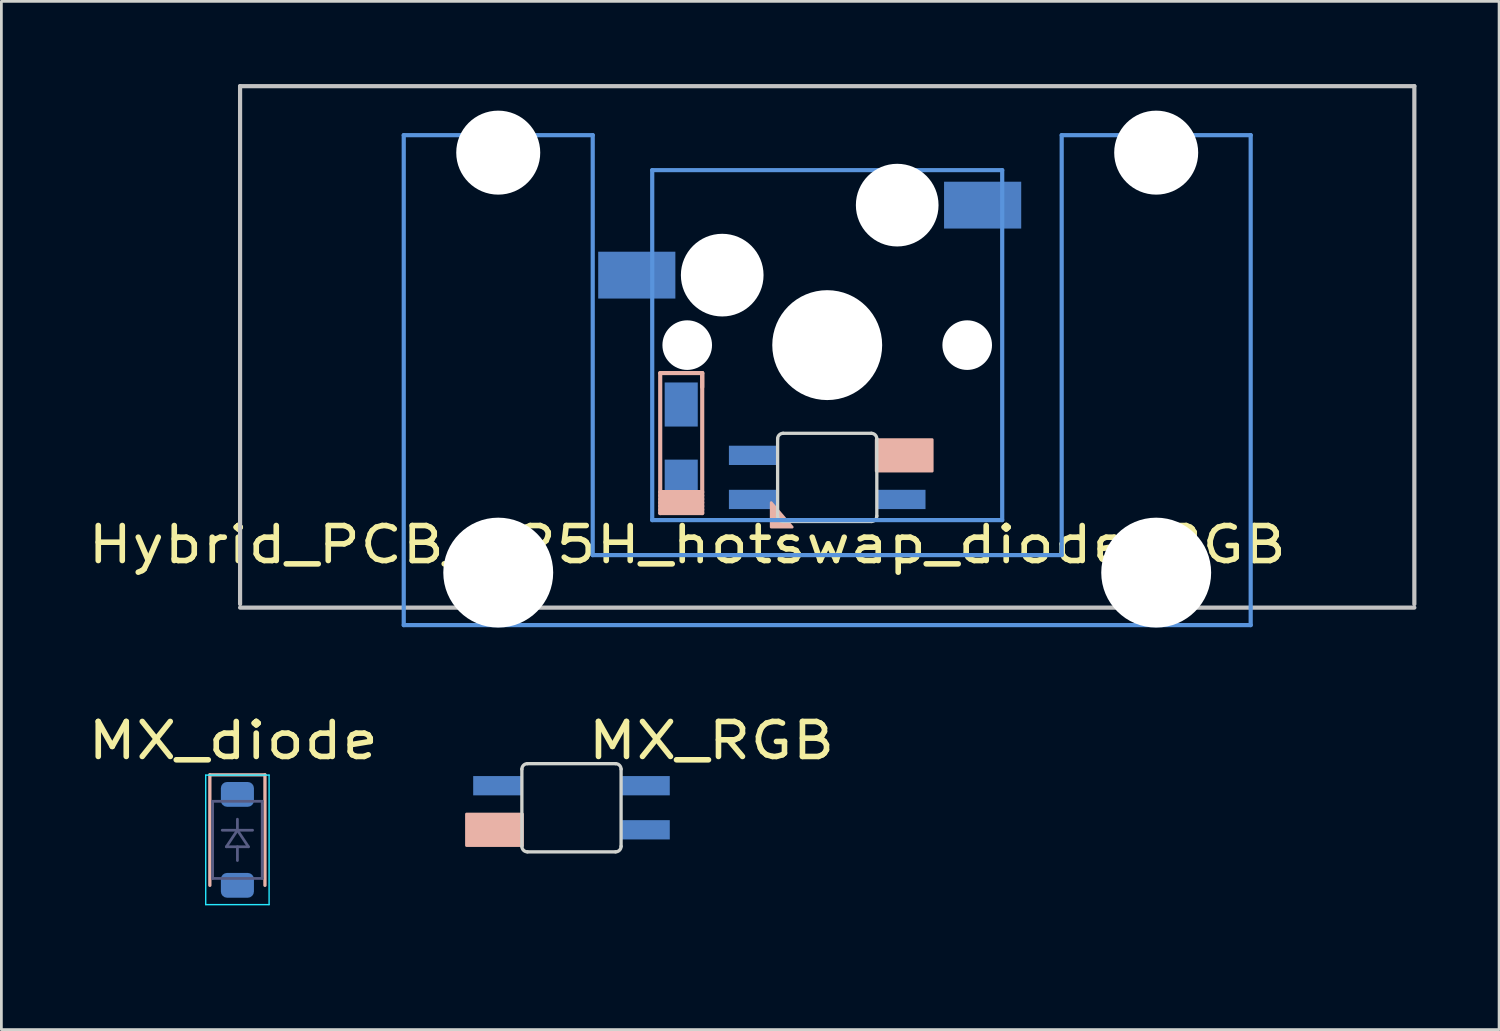
<source format=kicad_pcb>
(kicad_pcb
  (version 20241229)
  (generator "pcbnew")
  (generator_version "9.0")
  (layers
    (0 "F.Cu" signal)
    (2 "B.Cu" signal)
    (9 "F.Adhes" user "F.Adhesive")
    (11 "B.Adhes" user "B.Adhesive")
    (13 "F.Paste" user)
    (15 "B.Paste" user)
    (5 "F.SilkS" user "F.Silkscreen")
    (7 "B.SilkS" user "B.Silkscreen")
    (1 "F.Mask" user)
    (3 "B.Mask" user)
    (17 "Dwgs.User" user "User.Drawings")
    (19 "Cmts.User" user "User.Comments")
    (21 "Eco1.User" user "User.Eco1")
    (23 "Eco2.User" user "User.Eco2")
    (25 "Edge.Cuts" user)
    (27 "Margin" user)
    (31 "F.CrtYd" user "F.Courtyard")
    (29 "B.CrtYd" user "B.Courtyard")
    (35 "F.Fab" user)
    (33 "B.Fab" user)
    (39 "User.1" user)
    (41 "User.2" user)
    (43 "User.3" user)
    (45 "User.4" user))
  (footprint "MX_RGB"
    (layer "F.Cu")
    (at 17.688 31.062)
    (property "Reference" "MX_RGB" (at 5.08 -7.239 180) (layer "F.SilkS") (effects (font (size 1.27 1.524) (thickness 0.203))))
    (attr smd)
    (fp_poly (pts (xy -1.778 -4.572) (xy -3.81 -4.572) (xy -3.81 -3.429) (xy -1.778 -3.429)) (stroke (width 0.1) (type solid)) (fill yes) (layer "B.SilkS"))
    (fp_line (start -1.8 -3.4) (end -1.8 -6.2) (stroke (width 0.12) (type solid)) (layer "Edge.Cuts"))
    (fp_line (start 1.6 -6.4) (end -1.6 -6.4) (stroke (width 0.12) (type solid)) (layer "Edge.Cuts"))
    (fp_line (start 1.6 -3.2) (end -1.6 -3.2) (stroke (width 0.12) (type solid)) (layer "Edge.Cuts"))
    (fp_line (start 1.8 -3.4) (end 1.8 -6.2) (stroke (width 0.12) (type solid)) (layer "Edge.Cuts"))
    (fp_arc (start -1.8 -6.2) (mid -1.741421 -6.341421) (end -1.6 -6.4) (stroke (width 0.12) (type solid)) (layer "Edge.Cuts"))
    (fp_arc (start -1.6 -3.2) (mid -1.741421 -3.258579) (end -1.8 -3.4) (stroke (width 0.12) (type solid)) (layer "Edge.Cuts"))
    (fp_arc (start 1.6 -6.4) (mid 1.741421 -6.341421) (end 1.8 -6.2) (stroke (width 0.12) (type solid)) (layer "Edge.Cuts"))
    (fp_arc (start 1.8 -3.4) (mid 1.741421 -3.258579) (end 1.6 -3.2) (stroke (width 0.12) (type solid)) (layer "Edge.Cuts"))
    (pad "1" smd rect (at -2.667 -4 180) (size 1.8 0.7) (layers "B.Cu" "B.Mask" "B.Paste"))
    (pad "2" smd rect (at 2.667 -4 180) (size 1.8 0.7) (layers "B.Cu" "B.Mask" "B.Paste"))
    (pad "3" smd rect (at 2.667 -5.6 180) (size 1.8 0.7) (layers "B.Cu" "B.Mask" "B.Paste"))
    (pad "4" smd rect (at -2.667 -5.6 180) (size 1.8 0.7) (layers "B.Cu" "B.Mask" "B.Paste")))
  (footprint "MX_diode"
    (layer "F.Cu")
    (at 0.334 31.062)
    (property "Reference" "MX_diode" (at 5.08 -7.239 180) (layer "F.SilkS") (effects (font (size 1.27 1.524) (thickness 0.203))))
    (attr smd)
    (fp_line (start 4.231 -1.985) (end 4.231 -5.995) (stroke (width 0.12) (type solid)) (layer "B.SilkS"))
    (fp_line (start 6.231 -5.995) (end 4.231 -5.995) (stroke (width 0.12) (type solid)) (layer "B.SilkS"))
    (fp_line (start 6.231 -1.985) (end 6.231 -5.995) (stroke (width 0.12) (type solid)) (layer "B.SilkS"))
    (fp_line (start 4.081 -1.285) (end 4.081 -5.985) (stroke (width 0.05) (type solid)) (layer "B.CrtYd"))
    (fp_line (start 6.381 -5.985) (end 4.081 -5.985) (stroke (width 0.05) (type solid)) (layer "B.CrtYd"))
    (fp_line (start 6.381 -5.985) (end 6.381 -1.285) (stroke (width 0.05) (type solid)) (layer "B.CrtYd"))
    (fp_line (start 6.381 -1.285) (end 4.081 -1.285) (stroke (width 0.05) (type solid)) (layer "B.CrtYd"))
    (fp_line (start 4.331 -5.035) (end 6.131 -5.035) (stroke (width 0.1) (type solid)) (layer "B.Fab"))
    (fp_line (start 4.331 -2.235) (end 4.331 -5.035) (stroke (width 0.1) (type solid)) (layer "B.Fab"))
    (fp_line (start 4.681 -3.985) (end 5.231 -3.985) (stroke (width 0.1) (type solid)) (layer "B.Fab"))
    (fp_line (start 4.831 -3.385) (end 5.231 -3.985) (stroke (width 0.1) (type solid)) (layer "B.Fab"))
    (fp_line (start 5.231 -3.985) (end 5.231 -4.385) (stroke (width 0.1) (type solid)) (layer "B.Fab"))
    (fp_line (start 5.231 -3.985) (end 5.631 -3.385) (stroke (width 0.1) (type solid)) (layer "B.Fab"))
    (fp_line (start 5.231 -2.885) (end 5.231 -3.385) (stroke (width 0.1) (type solid)) (layer "B.Fab"))
    (fp_line (start 5.631 -3.385) (end 4.831 -3.385) (stroke (width 0.1) (type solid)) (layer "B.Fab"))
    (fp_line (start 5.781 -3.985) (end 5.231 -3.985) (stroke (width 0.1) (type solid)) (layer "B.Fab"))
    (fp_line (start 6.131 -5.035) (end 6.131 -2.235) (stroke (width 0.1) (type solid)) (layer "B.Fab"))
    (fp_line (start 6.131 -2.235) (end 4.331 -2.235) (stroke (width 0.1) (type solid)) (layer "B.Fab"))
    (pad "1" smd roundrect (at 5.231 -5.285 90) (size 0.9 1.2) (layers "B.Cu" "B.Mask" "B.Paste") (roundrect_rratio 0.25))
    (pad "2" smd roundrect (at 5.231 -1.985 90) (size 0.9 1.2) (layers "B.Cu" "B.Mask" "B.Paste") (roundrect_rratio 0.25)))
  (footprint "Hybrid_PCB_225H_hotswap_diode_RGB"
    (layer "F.Cu")
    (at 26.968 9.474)
    (property "Reference" "Hybrid_PCB_225H_hotswap_diode_RGB" (at -5.08 7.239 0) (layer "F.SilkS") (effects (font (size 1.27 1.524) (thickness 0.203))))
    (attr smd)
    (fp_line (start -6.06 1.015) (end -4.536 1.015) (stroke (width 0.15) (type solid)) (layer "B.SilkS"))
    (fp_line (start -6.06 5.587) (end -4.536 5.587) (stroke (width 0.15) (type solid)) (layer "B.SilkS"))
    (fp_line (start -6.06 5.841) (end -4.536 5.841) (stroke (width 0.15) (type solid)) (layer "B.SilkS"))
    (fp_line (start -6.06 6.095) (end -6.06 1.015) (stroke (width 0.15) (type solid)) (layer "B.SilkS"))
    (fp_line (start -4.536 1.015) (end -4.536 1.523) (stroke (width 0.15) (type solid)) (layer "B.SilkS"))
    (fp_line (start -4.536 1.015) (end -4.536 6.095) (stroke (width 0.15) (type solid)) (layer "B.SilkS"))
    (fp_line (start -4.536 5.333) (end -6.06 5.333) (stroke (width 0.15) (type solid)) (layer "B.SilkS"))
    (fp_line (start -4.536 5.46) (end -6.06 5.46) (stroke (width 0.15) (type solid)) (layer "B.SilkS"))
    (fp_line (start -4.536 5.714) (end -6.06 5.714) (stroke (width 0.15) (type solid)) (layer "B.SilkS"))
    (fp_line (start -4.536 5.968) (end -6.06 5.968) (stroke (width 0.15) (type solid)) (layer "B.SilkS"))
    (fp_line (start -4.536 6.095) (end -6.06 6.095) (stroke (width 0.15) (type solid)) (layer "B.SilkS"))
    (fp_poly (pts (xy -1.27 6.604) (xy -2.032 5.715) (xy -2.032 6.604)) (stroke (width 0.1) (type solid)) (fill yes) (layer "B.SilkS"))
    (fp_poly (pts (xy 1.778 4.572) (xy 3.81 4.572) (xy 3.81 3.429) (xy 1.778 3.429)) (stroke (width 0.1) (type solid)) (fill yes) (layer "B.SilkS"))
    (fp_line (start -21.306 -9.398) (end 21.306 -9.398) (stroke (width 0.152) (type solid)) (layer "Dwgs.User"))
    (fp_line (start -21.306 9.398) (end -21.306 -9.398) (stroke (width 0.152) (type solid)) (layer "Dwgs.User"))
    (fp_line (start 21.306 -9.398) (end 21.306 9.398) (stroke (width 0.152) (type solid)) (layer "Dwgs.User"))
    (fp_line (start 21.306 9.525) (end -21.306 9.525) (stroke (width 0.152) (type solid)) (layer "Dwgs.User"))
    (fp_line (start -15.367 -7.62) (end -15.367 10.16) (stroke (width 0.152) (type solid)) (layer "Cmts.User"))
    (fp_line (start -15.367 10.16) (end 15.367 10.16) (stroke (width 0.152) (type solid)) (layer "Cmts.User"))
    (fp_line (start -8.509 -7.62) (end -15.367 -7.62) (stroke (width 0.152) (type solid)) (layer "Cmts.User"))
    (fp_line (start -8.509 7.62) (end -8.509 -7.62) (stroke (width 0.152) (type solid)) (layer "Cmts.User"))
    (fp_line (start -6.35 -6.35) (end 6.35 -6.35) (stroke (width 0.152) (type solid)) (layer "Cmts.User"))
    (fp_line (start -6.35 6.35) (end -6.35 -6.35) (stroke (width 0.152) (type solid)) (layer "Cmts.User"))
    (fp_line (start 6.35 -6.35) (end 6.35 6.35) (stroke (width 0.152) (type solid)) (layer "Cmts.User"))
    (fp_line (start 6.35 6.35) (end -6.35 6.35) (stroke (width 0.152) (type solid)) (layer "Cmts.User"))
    (fp_line (start 8.509 -7.62) (end 8.509 7.62) (stroke (width 0.152) (type solid)) (layer "Cmts.User"))
    (fp_line (start 8.509 7.62) (end -8.509 7.62) (stroke (width 0.152) (type solid)) (layer "Cmts.User"))
    (fp_line (start 15.367 -7.62) (end 8.509 -7.62) (stroke (width 0.152) (type solid)) (layer "Cmts.User"))
    (fp_line (start 15.367 10.16) (end 15.367 -7.62) (stroke (width 0.152) (type solid)) (layer "Cmts.User"))
    (fp_line (start -16.129 -2.286) (end -15.265 -2.286) (stroke (width 0.152) (type solid)) (layer "Eco2.User"))
    (fp_line (start -16.129 0.508) (end -16.129 -2.286) (stroke (width 0.152) (type solid)) (layer "Eco2.User"))
    (fp_line (start -15.265 -5.69) (end -8.611 -5.69) (stroke (width 0.152) (type solid)) (layer "Eco2.User"))
    (fp_line (start -15.265 -2.286) (end -15.265 -5.69) (stroke (width 0.152) (type solid)) (layer "Eco2.User"))
    (fp_line (start -15.265 0.508) (end -16.129 0.508) (stroke (width 0.152) (type solid)) (layer "Eco2.User"))
    (fp_line (start -15.265 6.604) (end -15.265 0.508) (stroke (width 0.152) (type solid)) (layer "Eco2.User"))
    (fp_line (start -14.224 6.604) (end -15.265 6.604) (stroke (width 0.152) (type solid)) (layer "Eco2.User"))
    (fp_line (start -14.224 7.772) (end -14.224 6.604) (stroke (width 0.152) (type solid)) (layer "Eco2.User"))
    (fp_line (start -9.652 6.604) (end -9.652 7.772) (stroke (width 0.152) (type solid)) (layer "Eco2.User"))
    (fp_line (start -9.652 7.772) (end -14.224 7.772) (stroke (width 0.152) (type solid)) (layer "Eco2.User"))
    (fp_line (start -8.611 -5.69) (end -8.611 -4.877) (stroke (width 0.152) (type solid)) (layer "Eco2.User"))
    (fp_line (start -8.611 -4.877) (end -6.985 -4.877) (stroke (width 0.152) (type solid)) (layer "Eco2.User"))
    (fp_line (start -8.611 5.817) (end -8.611 6.604) (stroke (width 0.152) (type solid)) (layer "Eco2.User"))
    (fp_line (start -8.611 6.604) (end -9.652 6.604) (stroke (width 0.152) (type solid)) (layer "Eco2.User"))
    (fp_line (start -6.985 -6.985) (end 6.985 -6.985) (stroke (width 0.152) (type solid)) (layer "Eco2.User"))
    (fp_line (start -6.985 -4.877) (end -6.985 -6.985) (stroke (width 0.152) (type solid)) (layer "Eco2.User"))
    (fp_line (start -6.985 5.817) (end -8.611 5.817) (stroke (width 0.152) (type solid)) (layer "Eco2.User"))
    (fp_line (start -6.985 6.985) (end -6.985 5.817) (stroke (width 0.152) (type solid)) (layer "Eco2.User"))
    (fp_line (start 6.985 -6.985) (end 6.985 -4.877) (stroke (width 0.152) (type solid)) (layer "Eco2.User"))
    (fp_line (start 6.985 -4.877) (end 8.611 -4.877) (stroke (width 0.152) (type solid)) (layer "Eco2.User"))
    (fp_line (start 6.985 5.817) (end 6.985 6.985) (stroke (width 0.152) (type solid)) (layer "Eco2.User"))
    (fp_line (start 6.985 6.985) (end -6.985 6.985) (stroke (width 0.152) (type solid)) (layer "Eco2.User"))
    (fp_line (start 8.611 -5.69) (end 15.265 -5.69) (stroke (width 0.152) (type solid)) (layer "Eco2.User"))
    (fp_line (start 8.611 -4.877) (end 8.611 -5.69) (stroke (width 0.152) (type solid)) (layer "Eco2.User"))
    (fp_line (start 8.611 5.817) (end 6.985 5.817) (stroke (width 0.152) (type solid)) (layer "Eco2.User"))
    (fp_line (start 8.611 6.604) (end 8.611 5.817) (stroke (width 0.152) (type solid)) (layer "Eco2.User"))
    (fp_line (start 9.652 6.604) (end 8.611 6.604) (stroke (width 0.152) (type solid)) (layer "Eco2.User"))
    (fp_line (start 9.652 7.772) (end 9.652 6.604) (stroke (width 0.152) (type solid)) (layer "Eco2.User"))
    (fp_line (start 14.224 6.604) (end 14.224 7.772) (stroke (width 0.152) (type solid)) (layer "Eco2.User"))
    (fp_line (start 14.224 7.772) (end 9.652 7.772) (stroke (width 0.152) (type solid)) (layer "Eco2.User"))
    (fp_line (start 15.265 -5.69) (end 15.265 -2.286) (stroke (width 0.152) (type solid)) (layer "Eco2.User"))
    (fp_line (start 15.265 -2.286) (end 16.129 -2.286) (stroke (width 0.152) (type solid)) (layer "Eco2.User"))
    (fp_line (start 15.265 0.508) (end 15.265 6.604) (stroke (width 0.152) (type solid)) (layer "Eco2.User"))
    (fp_line (start 15.265 6.604) (end 14.224 6.604) (stroke (width 0.152) (type solid)) (layer "Eco2.User"))
    (fp_line (start 16.129 -2.286) (end 16.129 0.508) (stroke (width 0.152) (type solid)) (layer "Eco2.User"))
    (fp_line (start 16.129 0.508) (end 15.265 0.508) (stroke (width 0.152) (type solid)) (layer "Eco2.User"))
    (fp_line (start -1.8 3.4) (end -1.8 6.2) (stroke (width 0.12) (type solid)) (layer "Edge.Cuts"))
    (fp_line (start -1.6 3.2) (end 1.6 3.2) (stroke (width 0.12) (type solid)) (layer "Edge.Cuts"))
    (fp_line (start -1.6 6.4) (end 1.6 6.4) (stroke (width 0.12) (type solid)) (layer "Edge.Cuts"))
    (fp_line (start 1.8 3.4) (end 1.8 6.2) (stroke (width 0.12) (type solid)) (layer "Edge.Cuts"))
    (fp_arc (start -1.8 3.4) (mid -1.741421 3.258579) (end -1.6 3.2) (stroke (width 0.12) (type solid)) (layer "Edge.Cuts"))
    (fp_arc (start -1.6 6.4) (mid -1.741421 6.341421) (end -1.8 6.2) (stroke (width 0.12) (type solid)) (layer "Edge.Cuts"))
    (fp_arc (start 1.6 3.2) (mid 1.741421 3.258579) (end 1.8 3.4) (stroke (width 0.12) (type solid)) (layer "Edge.Cuts"))
    (fp_arc (start 1.8 6.2) (mid 1.741421 6.341421) (end 1.6 6.4) (stroke (width 0.12) (type solid)) (layer "Edge.Cuts"))
    (pad "" np_thru_hole circle (at -11.938 -6.985) (size 3.048 3.048) (drill 3.048) (layers "*.Cu"))
    (pad "" np_thru_hole circle (at -11.938 8.255) (size 3.988 3.988) (drill 3.988) (layers "*.Cu"))
    (pad "" np_thru_hole circle (at -5.08 0) (size 1.8 1.8) (drill 1.8) (layers "*.Cu" "*.Mask"))
    (pad "" np_thru_hole circle (at -3.81 -2.54) (size 3 3) (drill 3) (layers "*.Cu" "*.Mask"))
    (pad "" np_thru_hole circle (at 0 0 90) (size 3.988 3.988) (drill 3.988) (layers "*.Cu" "*.Mask"))
    (pad "" np_thru_hole circle (at 2.54 -5.08) (size 3 3) (drill 3) (layers "*.Cu" "*.Mask"))
    (pad "" np_thru_hole circle (at 5.08 0) (size 1.8 1.8) (drill 1.8) (layers "*.Cu" "*.Mask"))
    (pad "" np_thru_hole circle (at 11.938 -6.985) (size 3.048 3.048) (drill 3.048) (layers "*.Cu"))
    (pad "" np_thru_hole circle (at 11.938 8.255) (size 3.988 3.988) (drill 3.988) (layers "*.Cu"))
    (pad "1" smd rect (at 5.64 -5.08) (size 2.8 1.7) (layers "B.Cu" "B.Mask" "B.Paste"))
    (pad "2" smd rect (at -6.91 -2.54) (size 2.8 1.7) (layers "B.Cu" "B.Mask" "B.Paste"))
    (pad "3" smd rect (at -5.298 4.955 270) (size 1.6 1.2) (layers "B.Cu" "B.Mask" "B.Paste"))
    (pad "4" smd rect (at -5.298 2.155 270) (size 1.6 1.2) (layers "B.Cu" "B.Mask" "B.Paste"))
    (pad "5" smd rect (at 2.667 4) (size 1.8 0.7) (layers "B.Cu" "B.Mask" "B.Paste"))
    (pad "6" smd rect (at -2.667 4) (size 1.8 0.7) (layers "B.Cu" "B.Mask" "B.Paste"))
    (pad "7" smd rect (at -2.667 5.6) (size 1.8 0.7) (layers "B.Cu" "B.Mask" "B.Paste"))
    (pad "8" smd rect (at 2.667 5.6) (size 1.8 0.7) (layers "B.Cu" "B.Mask" "B.Paste")))
  (gr_rect
    (start -3 -3)
    (end 51.349 34.312)
    (stroke (width 0.1) (type default))
    (fill no)
    (layer "Edge.Cuts")))
</source>
